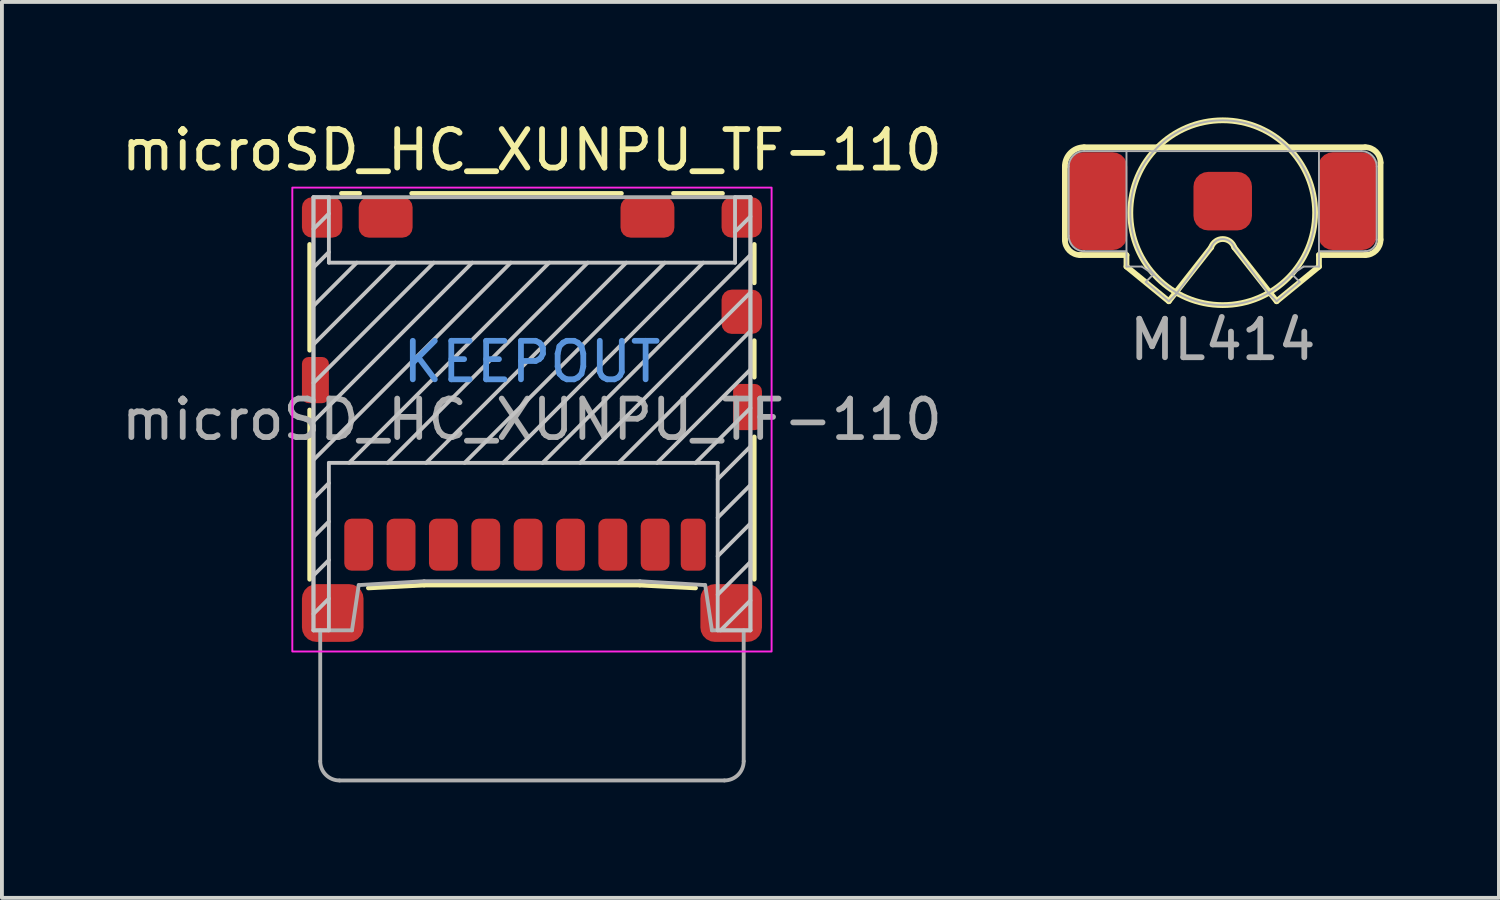
<source format=kicad_pcb>
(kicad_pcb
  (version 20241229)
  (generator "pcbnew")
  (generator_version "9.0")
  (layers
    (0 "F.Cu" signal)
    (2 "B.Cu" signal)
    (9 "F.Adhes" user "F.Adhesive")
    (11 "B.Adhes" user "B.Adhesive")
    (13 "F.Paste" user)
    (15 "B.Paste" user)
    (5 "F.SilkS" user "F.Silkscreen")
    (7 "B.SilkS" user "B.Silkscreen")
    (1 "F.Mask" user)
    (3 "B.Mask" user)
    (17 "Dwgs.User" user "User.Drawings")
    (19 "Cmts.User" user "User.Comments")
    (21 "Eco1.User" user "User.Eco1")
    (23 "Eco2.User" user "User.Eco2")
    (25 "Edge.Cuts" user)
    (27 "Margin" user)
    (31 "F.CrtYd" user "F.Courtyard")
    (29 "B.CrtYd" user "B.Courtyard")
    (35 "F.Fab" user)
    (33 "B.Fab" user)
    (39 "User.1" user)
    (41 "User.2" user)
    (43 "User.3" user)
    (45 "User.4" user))
  (footprint "ML414"
    (layer "F.Cu")
    (at 28.711 2.175)
    (property "Reference" "ML414" (at 0 3.6 0) (layer "F.Fab") (effects (font (size 1 1) (thickness 0.15))))
    (attr through_hole)
    (fp_line (start -4.1 1) (end -4.1 -0.9) (stroke (width 0.15) (type solid)) (layer "F.SilkS"))
    (fp_line (start -3.6 -1.4) (end 3.7 -1.4) (stroke (width 0.15) (type solid)) (layer "F.SilkS"))
    (fp_line (start -2.5 1.4) (end -3.7 1.4) (stroke (width 0.15) (type solid)) (layer "F.SilkS"))
    (fp_line (start -2.5 1.7) (end -2.5 1.4) (stroke (width 0.15) (type solid)) (layer "F.SilkS"))
    (fp_line (start -1.4 2.6) (end -2.5 1.7) (stroke (width 0.15) (type solid)) (layer "F.SilkS"))
    (fp_line (start -0.3 1.2) (end -1.4 2.6) (stroke (width 0.15) (type solid)) (layer "F.SilkS"))
    (fp_line (start 1.4 2.6) (end 0.3 1.2) (stroke (width 0.15) (type solid)) (layer "F.SilkS"))
    (fp_line (start 2.5 1.4) (end 2.5 1.7) (stroke (width 0.15) (type solid)) (layer "F.SilkS"))
    (fp_line (start 2.5 1.7) (end 1.4 2.6) (stroke (width 0.15) (type solid)) (layer "F.SilkS"))
    (fp_line (start 3.7 1.4) (end 2.5 1.4) (stroke (width 0.15) (type solid)) (layer "F.SilkS"))
    (fp_line (start 4.1 -1) (end 4.1 1) (stroke (width 0.15) (type solid)) (layer "F.SilkS"))
    (fp_arc (start -4.1 -0.9) (mid -3.953553 -1.253553) (end -3.6 -1.4) (stroke (width 0.15) (type solid)) (layer "F.SilkS"))
    (fp_arc (start -3.7 1.4) (mid -3.982843 1.282843) (end -4.1 1) (stroke (width 0.15) (type solid)) (layer "F.SilkS"))
    (fp_arc (start -0.299946 1.199842) (mid 0.000084 0.983773) (end 0.299999 1.200001) (stroke (width 0.15) (type solid)) (layer "F.SilkS"))
    (fp_arc (start 3.7 -1.4) (mid 3.982843 -1.282843) (end 4.1 -1) (stroke (width 0.15) (type solid)) (layer "F.SilkS"))
    (fp_arc (start 4.1 1) (mid 3.982843 1.282843) (end 3.7 1.4) (stroke (width 0.15) (type solid)) (layer "F.SilkS"))
    (fp_circle (center 0 0.3) (end 2.4 0.3) (stroke (width 0.15) (type solid)) (fill no) (layer "F.SilkS"))
    (fp_line (start -4 -0.9) (end -4 0.9) (stroke (width 0.05) (type solid)) (layer "F.Fab"))
    (fp_line (start -3.6 1.3) (end -2.5 1.3) (stroke (width 0.05) (type solid)) (layer "F.Fab"))
    (fp_line (start -2.5 -1.3) (end -2.5 1.7) (stroke (width 0.05) (type solid)) (layer "F.Fab"))
    (fp_line (start -2.5 1.7) (end -2.1 1.7) (stroke (width 0.05) (type solid)) (layer "F.Fab"))
    (fp_line (start -2.1 1.7) (end -1.8 1.9) (stroke (width 0.05) (type solid)) (layer "F.Fab"))
    (fp_line (start -2 2.1) (end -1.4 2.6) (stroke (width 0.05) (type solid)) (layer "F.Fab"))
    (fp_line (start -1.8 1.9) (end -2 2.1) (stroke (width 0.05) (type solid)) (layer "F.Fab"))
    (fp_line (start -1.4 2.6) (end -1.2 2.4) (stroke (width 0.05) (type solid)) (layer "F.Fab"))
    (fp_line (start -1.2 2.4) (end -0.3 1.2) (stroke (width 0.05) (type solid)) (layer "F.Fab"))
    (fp_line (start 1.2 2.4) (end 0.3 1.2) (stroke (width 0.05) (type solid)) (layer "F.Fab"))
    (fp_line (start 1.4 2.6) (end 1.2 2.4) (stroke (width 0.05) (type solid)) (layer "F.Fab"))
    (fp_line (start 1.8 1.9) (end 2 2.1) (stroke (width 0.05) (type solid)) (layer "F.Fab"))
    (fp_line (start 2 2.1) (end 1.4 2.6) (stroke (width 0.05) (type solid)) (layer "F.Fab"))
    (fp_line (start 2.1 1.7) (end 1.8 1.9) (stroke (width 0.05) (type solid)) (layer "F.Fab"))
    (fp_line (start 2.1 1.7) (end 2.5 1.7) (stroke (width 0.05) (type solid)) (layer "F.Fab"))
    (fp_line (start 2.5 -1.3) (end 2.5 1.7) (stroke (width 0.05) (type solid)) (layer "F.Fab"))
    (fp_line (start 3.6 -1.3) (end -3.6 -1.3) (stroke (width 0.05) (type solid)) (layer "F.Fab"))
    (fp_line (start 3.7 1.3) (end 2.5 1.3) (stroke (width 0.05) (type solid)) (layer "F.Fab"))
    (fp_line (start 4 -0.9) (end 4 1) (stroke (width 0.05) (type solid)) (layer "F.Fab"))
    (fp_arc (start -4 -0.9) (mid -3.882843 -1.182843) (end -3.6 -1.3) (stroke (width 0.05) (type solid)) (layer "F.Fab"))
    (fp_arc (start -3.6 1.3) (mid -3.882843 1.182843) (end -4 0.9) (stroke (width 0.05) (type solid)) (layer "F.Fab"))
    (fp_arc (start -0.299999 1.2) (mid 0 0.983773) (end 0.299999 1.200001) (stroke (width 0.05) (type solid)) (layer "F.Fab"))
    (fp_arc (start 3.6 -1.3) (mid 3.882843 -1.182843) (end 4 -0.9) (stroke (width 0.05) (type solid)) (layer "F.Fab"))
    (fp_arc (start 4 1) (mid 3.912132 1.212132) (end 3.7 1.3) (stroke (width 0.05) (type solid)) (layer "F.Fab"))
    (fp_circle (center 0 0.3) (end 2.4 0.3) (stroke (width 0.05) (type solid)) (fill no) (layer "F.Fab"))
    (pad "1" smd roundrect (at -3.24 0) (size 1.52 2.54) (layers "F.Cu" "F.Mask" "F.Paste") (roundrect_rratio 0.25))
    (pad "1" smd roundrect (at 3.24 0) (size 1.52 2.54) (layers "F.Cu" "F.Mask" "F.Paste") (roundrect_rratio 0.25))
    (pad "2" smd roundrect (at 0 0) (size 1.52 1.52) (layers "F.Cu" "F.Mask" "F.Paste") (roundrect_rratio 0.25)))
  (footprint "microSD_HC_XUNPU_TF-110"
    (layer "F.Cu")
    (at 10.768 7.848)
    (property "Reference" "microSD_HC_XUNPU_TF-110" (at 0 -7 0) (unlocked yes) (layer "F.SilkS") (effects (font (size 1 1) (thickness 0.15))))
    (attr smd)
    (fp_line (start -5.775 -4.55) (end -5.775 -1.8) (stroke (width 0.12) (type solid)) (layer "F.SilkS"))
    (fp_line (start -5.775 -0.25) (end -5.775 4.15) (stroke (width 0.12) (type solid)) (layer "F.SilkS"))
    (fp_line (start -4.475 -5.875) (end -4.95 -5.875) (stroke (width 0.12) (type solid)) (layer "F.SilkS"))
    (fp_line (start -2.8 4.3) (end -4.25 4.375) (stroke (width 0.12) (type solid)) (layer "F.SilkS"))
    (fp_line (start -2.8 4.3) (end 2.8 4.3) (stroke (width 0.12) (type solid)) (layer "F.SilkS"))
    (fp_line (start 2.325 -5.875) (end -3.125 -5.875) (stroke (width 0.12) (type solid)) (layer "F.SilkS"))
    (fp_line (start 2.8 4.3) (end 4.25 4.375) (stroke (width 0.12) (type solid)) (layer "F.SilkS"))
    (fp_line (start 4.95 -5.875) (end 3.675 -5.875) (stroke (width 0.12) (type solid)) (layer "F.SilkS"))
    (fp_line (start 5.775 -3.55) (end 5.775 -4.55) (stroke (width 0.12) (type solid)) (layer "F.SilkS"))
    (fp_line (start 5.775 -1.1) (end 5.775 -2.05) (stroke (width 0.12) (type solid)) (layer "F.SilkS"))
    (fp_line (start 5.775 4.15) (end 5.775 0.45) (stroke (width 0.12) (type solid)) (layer "F.SilkS"))
    (fp_line (start -5.675 -5.775) (end -5.275 -5.775) (stroke (width 0.1) (type solid)) (layer "Dwgs.User"))
    (fp_line (start -5.675 -4.95) (end -5.275 -5.35) (stroke (width 0.1) (type solid)) (layer "Dwgs.User"))
    (fp_line (start -5.675 -3.95) (end -5.275 -4.35) (stroke (width 0.1) (type solid)) (layer "Dwgs.User"))
    (fp_line (start -5.675 -2.95) (end -4.55 -4.075) (stroke (width 0.1) (type solid)) (layer "Dwgs.User"))
    (fp_line (start -5.675 -1.95) (end -3.55 -4.075) (stroke (width 0.1) (type solid)) (layer "Dwgs.User"))
    (fp_line (start -5.675 -0.95) (end -2.55 -4.075) (stroke (width 0.1) (type solid)) (layer "Dwgs.User"))
    (fp_line (start -5.675 0.05) (end -1.55 -4.075) (stroke (width 0.1) (type solid)) (layer "Dwgs.User"))
    (fp_line (start -5.675 1.05) (end -0.55 -4.075) (stroke (width 0.1) (type solid)) (layer "Dwgs.User"))
    (fp_line (start -5.675 2.05) (end -5.275 1.65) (stroke (width 0.1) (type solid)) (layer "Dwgs.User"))
    (fp_line (start -5.675 3.05) (end -5.275 2.65) (stroke (width 0.1) (type solid)) (layer "Dwgs.User"))
    (fp_line (start -5.675 4.05) (end -5.275 3.65) (stroke (width 0.1) (type solid)) (layer "Dwgs.User"))
    (fp_line (start -5.675 5.05) (end -5.275 4.65) (stroke (width 0.1) (type solid)) (layer "Dwgs.User"))
    (fp_line (start -5.675 5.475) (end -5.675 -5.775) (stroke (width 0.1) (type solid)) (layer "Dwgs.User"))
    (fp_line (start -5.275 -5.775) (end -5.275 -4.075) (stroke (width 0.1) (type solid)) (layer "Dwgs.User"))
    (fp_line (start -5.275 -4.075) (end 5.275 -4.075) (stroke (width 0.1) (type solid)) (layer "Dwgs.User"))
    (fp_line (start -5.275 1.125) (end -5.275 5.475) (stroke (width 0.1) (type solid)) (layer "Dwgs.User"))
    (fp_line (start -5.275 5.475) (end -5.675 5.475) (stroke (width 0.1) (type solid)) (layer "Dwgs.User"))
    (fp_line (start -4.75 1.125) (end 0.45 -4.075) (stroke (width 0.1) (type solid)) (layer "Dwgs.User"))
    (fp_line (start -3.75 1.125) (end 1.45 -4.075) (stroke (width 0.1) (type solid)) (layer "Dwgs.User"))
    (fp_line (start -2.75 1.125) (end 2.45 -4.075) (stroke (width 0.1) (type solid)) (layer "Dwgs.User"))
    (fp_line (start -1.75 1.125) (end 3.45 -4.075) (stroke (width 0.1) (type solid)) (layer "Dwgs.User"))
    (fp_line (start -0.75 1.125) (end 4.45 -4.075) (stroke (width 0.1) (type solid)) (layer "Dwgs.User"))
    (fp_line (start 4.825 1.125) (end -5.275 1.125) (stroke (width 0.1) (type solid)) (layer "Dwgs.User"))
    (fp_line (start 4.825 5.475) (end 4.825 1.125) (stroke (width 0.1) (type solid)) (layer "Dwgs.User"))
    (fp_line (start 5.275 -5.775) (end 5.675 -5.775) (stroke (width 0.1) (type solid)) (layer "Dwgs.User"))
    (fp_line (start 5.275 -4.075) (end 5.275 -5.775) (stroke (width 0.1) (type solid)) (layer "Dwgs.User"))
    (fp_line (start 5.675 -5.775) (end 5.675 5.475) (stroke (width 0.1) (type solid)) (layer "Dwgs.User"))
    (fp_line (start 5.675 -5.275) (end 5.275 -4.875) (stroke (width 0.1) (type solid)) (layer "Dwgs.User"))
    (fp_line (start 5.675 -4.275) (end 0.275 1.125) (stroke (width 0.1) (type solid)) (layer "Dwgs.User"))
    (fp_line (start 5.675 -3.3) (end 1.25 1.125) (stroke (width 0.1) (type solid)) (layer "Dwgs.User"))
    (fp_line (start 5.675 -2.3) (end 2.25 1.125) (stroke (width 0.1) (type solid)) (layer "Dwgs.User"))
    (fp_line (start 5.675 -1.3) (end 3.25 1.125) (stroke (width 0.1) (type solid)) (layer "Dwgs.User"))
    (fp_line (start 5.675 -0.3) (end 4.25 1.125) (stroke (width 0.1) (type solid)) (layer "Dwgs.User"))
    (fp_line (start 5.675 0.7) (end 4.825 1.55) (stroke (width 0.1) (type solid)) (layer "Dwgs.User"))
    (fp_line (start 5.675 1.7) (end 4.825 2.55) (stroke (width 0.1) (type solid)) (layer "Dwgs.User"))
    (fp_line (start 5.675 2.7) (end 4.825 3.55) (stroke (width 0.1) (type solid)) (layer "Dwgs.User"))
    (fp_line (start 5.675 3.7) (end 4.825 4.55) (stroke (width 0.1) (type solid)) (layer "Dwgs.User"))
    (fp_line (start 5.675 4.7) (end 4.9 5.475) (stroke (width 0.1) (type solid)) (layer "Dwgs.User"))
    (fp_line (start 5.675 5.475) (end 4.825 5.475) (stroke (width 0.1) (type solid)) (layer "Dwgs.User"))
    (fp_rect (start -6.225 -6.025) (end 6.225 6.025) (stroke (width 0.05) (type solid)) (fill no) (layer "F.CrtYd"))
    (fp_line (start -5.675 -5.775) (end -5.675 5.475) (stroke (width 0.1) (type solid)) (layer "F.Fab"))
    (fp_line (start -5.675 -5.775) (end 5.675 -5.775) (stroke (width 0.1) (type solid)) (layer "F.Fab"))
    (fp_line (start -5.675 5.475) (end -4.675 5.475) (stroke (width 0.1) (type solid)) (layer "F.Fab"))
    (fp_line (start -5.5 8.875) (end -5.5 5.475) (stroke (width 0.1) (type solid)) (layer "F.Fab"))
    (fp_line (start -4.675 5.475) (end -4.5 4.3) (stroke (width 0.1) (type solid)) (layer "F.Fab"))
    (fp_line (start -4.5 4.3) (end -2.8 4.2) (stroke (width 0.1) (type solid)) (layer "F.Fab"))
    (fp_line (start 2.8 4.2) (end -2.8 4.2) (stroke (width 0.1) (type solid)) (layer "F.Fab"))
    (fp_line (start 4.5 4.3) (end 2.8 4.2) (stroke (width 0.1) (type solid)) (layer "F.Fab"))
    (fp_line (start 4.675 5.475) (end 4.5 4.3) (stroke (width 0.1) (type solid)) (layer "F.Fab"))
    (fp_line (start 5 9.375) (end -5 9.375) (stroke (width 0.1) (type solid)) (layer "F.Fab"))
    (fp_line (start 5.5 5.475) (end 5.5 8.875) (stroke (width 0.1) (type solid)) (layer "F.Fab"))
    (fp_line (start 5.675 -5.775) (end 5.675 5.475) (stroke (width 0.1) (type solid)) (layer "F.Fab"))
    (fp_line (start 5.675 5.475) (end 4.675 5.475) (stroke (width 0.1) (type solid)) (layer "F.Fab"))
    (fp_arc (start -5 9.375) (mid -5.353553 9.228553) (end -5.5 8.875) (stroke (width 0.1) (type solid)) (layer "F.Fab"))
    (fp_arc (start 5.5 8.875) (mid 5.353553 9.228553) (end 5 9.375) (stroke (width 0.1) (type solid)) (layer "F.Fab"))
    (fp_text user "KEEPOUT" (at 0 -1.5 0) (unlocked yes) (layer "Cmts.User") (effects (font (size 1 1) (thickness 0.15))))
    (fp_text user "${REFERENCE}" (at 0 0 0) (unlocked yes) (layer "F.Fab") (effects (font (size 1 1) (thickness 0.15))))
    (pad "1" smd roundrect (at 3.2 3.25) (size 0.75 1.35) (layers "F.Cu" "F.Mask" "F.Paste") (roundrect_rratio 0.25))
    (pad "2" smd roundrect (at 2.1 3.25) (size 0.75 1.35) (layers "F.Cu" "F.Mask" "F.Paste") (roundrect_rratio 0.25))
    (pad "3" smd roundrect (at 1 3.25) (size 0.75 1.35) (layers "F.Cu" "F.Mask" "F.Paste") (roundrect_rratio 0.25))
    (pad "4" smd roundrect (at -0.1 3.25) (size 0.75 1.35) (layers "F.Cu" "F.Mask" "F.Paste") (roundrect_rratio 0.25))
    (pad "5" smd roundrect (at -1.2 3.25) (size 0.75 1.35) (layers "F.Cu" "F.Mask" "F.Paste") (roundrect_rratio 0.25))
    (pad "6" smd roundrect (at -2.3 3.25) (size 0.75 1.35) (layers "F.Cu" "F.Mask" "F.Paste") (roundrect_rratio 0.25))
    (pad "7" smd roundrect (at -3.4 3.25) (size 0.75 1.35) (layers "F.Cu" "F.Mask" "F.Paste") (roundrect_rratio 0.25))
    (pad "8" smd roundrect (at -4.5 3.25) (size 0.75 1.35) (layers "F.Cu" "F.Mask" "F.Paste") (roundrect_rratio 0.25))
    (pad "9" smd roundrect (at 4.19 3.25) (size 0.65 1.35) (layers "F.Cu" "F.Mask" "F.Paste") (roundrect_rratio 0.25))
    (pad "10" smd roundrect (at 5.45 -2.8) (size 1.05 1.15) (layers "F.Cu" "F.Mask" "F.Paste") (roundrect_rratio 0.25))
    (pad "11" smd roundrect (at -5.625 -1.025) (size 0.7 1.2) (layers "F.Cu" "F.Mask" "F.Paste") (roundrect_rratio 0.25))
    (pad "11" smd roundrect (at -5.45 -5.25) (size 1.05 1.05) (layers "F.Cu" "F.Mask" "F.Paste") (roundrect_rratio 0.25))
    (pad "11" smd roundrect (at -5.175 5.025) (size 1.6 1.5) (layers "F.Cu" "F.Mask" "F.Paste") (roundrect_rratio 0.25))
    (pad "11" smd roundrect (at -3.8 -5.25) (size 1.4 1.05) (layers "F.Cu" "F.Mask" "F.Paste") (roundrect_rratio 0.25))
    (pad "11" smd roundrect (at 3 -5.25) (size 1.4 1.05) (layers "F.Cu" "F.Mask" "F.Paste") (roundrect_rratio 0.25))
    (pad "11" smd roundrect (at 5.175 5.025) (size 1.6 1.5) (layers "F.Cu" "F.Mask" "F.Paste") (roundrect_rratio 0.25))
    (pad "11" smd roundrect (at 5.45 -5.25) (size 1.05 1.05) (layers "F.Cu" "F.Mask" "F.Paste") (roundrect_rratio 0.25))
    (pad "11" smd roundrect (at 5.6 -0.325) (size 0.75 1.2) (layers "F.Cu" "F.Mask" "F.Paste") (roundrect_rratio 0.25)))
  (gr_rect
    (start -3 -3)
    (end 35.886 20.273)
    (stroke (width 0.1) (type default))
    (fill no)
    (layer "Edge.Cuts")))
</source>
